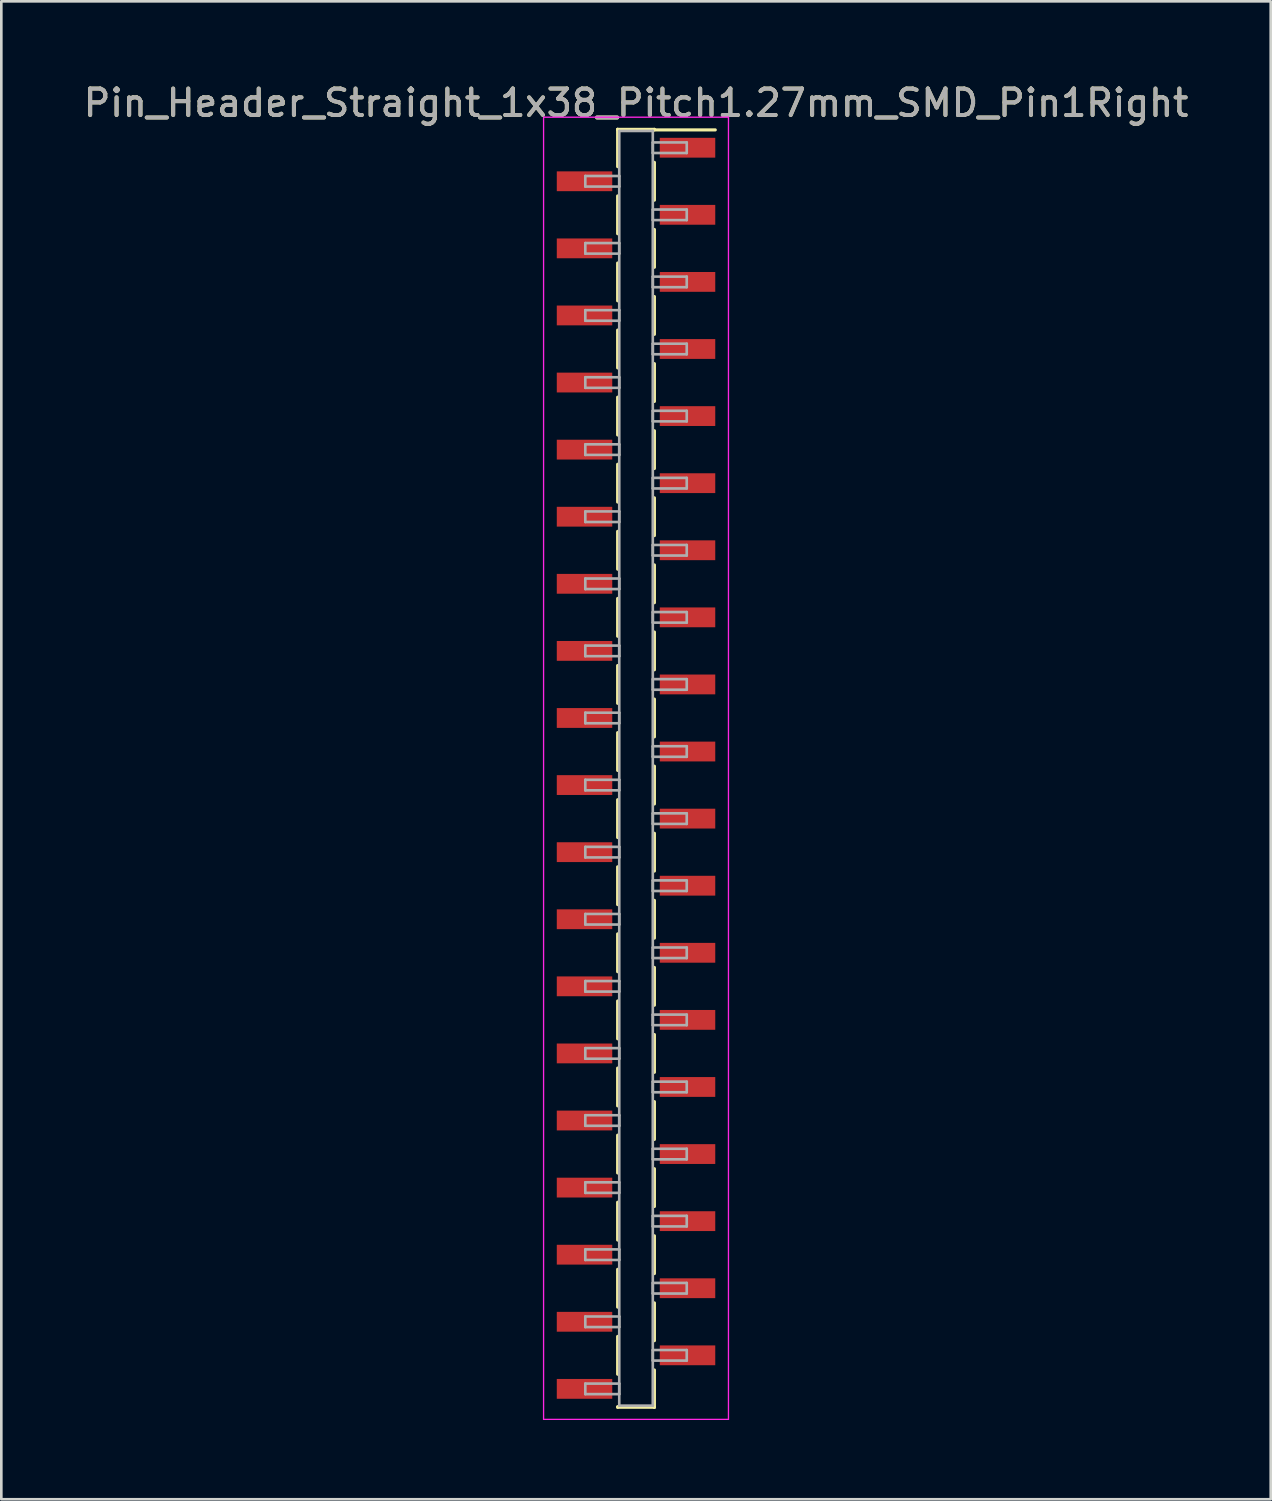
<source format=kicad_pcb>
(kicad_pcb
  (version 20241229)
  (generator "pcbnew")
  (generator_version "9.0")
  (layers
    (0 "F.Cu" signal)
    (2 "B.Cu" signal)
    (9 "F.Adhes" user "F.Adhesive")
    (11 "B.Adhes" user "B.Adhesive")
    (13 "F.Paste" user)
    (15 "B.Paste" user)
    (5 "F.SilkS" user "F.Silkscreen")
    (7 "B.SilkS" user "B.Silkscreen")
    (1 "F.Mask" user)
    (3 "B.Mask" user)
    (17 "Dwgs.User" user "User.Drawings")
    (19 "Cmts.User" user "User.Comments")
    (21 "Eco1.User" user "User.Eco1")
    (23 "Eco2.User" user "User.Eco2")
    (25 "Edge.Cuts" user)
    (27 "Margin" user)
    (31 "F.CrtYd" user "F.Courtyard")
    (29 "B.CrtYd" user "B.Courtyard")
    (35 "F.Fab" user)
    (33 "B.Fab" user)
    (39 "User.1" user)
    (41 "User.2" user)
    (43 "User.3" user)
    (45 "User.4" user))
  (footprint "Pin_Header_Straight_1x38_Pitch1.27mm_SMD_Pin1Right"
    (layer "F.Cu")
    (at 21.03 26.038)
    (property "Reference" "Pin_Header_Straight_1x38_Pitch1.27mm_SMD_Pin1Right" (at 0 -25.19 0) (layer "F.SilkS") (effects (font (size 1 1) (thickness 0.15))))
    (attr smd)
    (fp_line (start -0.695 -24.19) (end -0.695 -22.78) (stroke (width 0.12) (type solid)) (layer "F.SilkS"))
    (fp_line (start -0.695 -24.19) (end 0.695 -24.19) (stroke (width 0.12) (type solid)) (layer "F.SilkS"))
    (fp_line (start -0.695 -24.17) (end -0.695 -24.19) (stroke (width 0.12) (type solid)) (layer "F.SilkS"))
    (fp_line (start -0.695 -21.67) (end -0.695 -20.24) (stroke (width 0.12) (type solid)) (layer "F.SilkS"))
    (fp_line (start -0.695 -19.13) (end -0.695 -17.7) (stroke (width 0.12) (type solid)) (layer "F.SilkS"))
    (fp_line (start -0.695 -16.59) (end -0.695 -15.16) (stroke (width 0.12) (type solid)) (layer "F.SilkS"))
    (fp_line (start -0.695 -14.05) (end -0.695 -12.62) (stroke (width 0.12) (type solid)) (layer "F.SilkS"))
    (fp_line (start -0.695 -11.51) (end -0.695 -10.08) (stroke (width 0.12) (type solid)) (layer "F.SilkS"))
    (fp_line (start -0.695 -8.97) (end -0.695 -7.54) (stroke (width 0.12) (type solid)) (layer "F.SilkS"))
    (fp_line (start -0.695 -6.43) (end -0.695 -5) (stroke (width 0.12) (type solid)) (layer "F.SilkS"))
    (fp_line (start -0.695 -3.89) (end -0.695 -2.46) (stroke (width 0.12) (type solid)) (layer "F.SilkS"))
    (fp_line (start -0.695 -1.35) (end -0.695 0.08) (stroke (width 0.12) (type solid)) (layer "F.SilkS"))
    (fp_line (start -0.695 1.19) (end -0.695 2.62) (stroke (width 0.12) (type solid)) (layer "F.SilkS"))
    (fp_line (start -0.695 3.73) (end -0.695 5.16) (stroke (width 0.12) (type solid)) (layer "F.SilkS"))
    (fp_line (start -0.695 6.27) (end -0.695 7.7) (stroke (width 0.12) (type solid)) (layer "F.SilkS"))
    (fp_line (start -0.695 8.81) (end -0.695 10.24) (stroke (width 0.12) (type solid)) (layer "F.SilkS"))
    (fp_line (start -0.695 11.35) (end -0.695 12.78) (stroke (width 0.12) (type solid)) (layer "F.SilkS"))
    (fp_line (start -0.695 13.89) (end -0.695 15.32) (stroke (width 0.12) (type solid)) (layer "F.SilkS"))
    (fp_line (start -0.695 16.43) (end -0.695 17.86) (stroke (width 0.12) (type solid)) (layer "F.SilkS"))
    (fp_line (start -0.695 18.97) (end -0.695 20.4) (stroke (width 0.12) (type solid)) (layer "F.SilkS"))
    (fp_line (start -0.695 21.51) (end -0.695 22.94) (stroke (width 0.12) (type solid)) (layer "F.SilkS"))
    (fp_line (start -0.695 24.17) (end -0.695 24.19) (stroke (width 0.12) (type solid)) (layer "F.SilkS"))
    (fp_line (start -0.695 24.19) (end 0.695 24.19) (stroke (width 0.12) (type solid)) (layer "F.SilkS"))
    (fp_line (start 0.695 -24.19) (end 0.695 -24.17) (stroke (width 0.12) (type solid)) (layer "F.SilkS"))
    (fp_line (start 0.695 -24.17) (end 3 -24.17) (stroke (width 0.12) (type solid)) (layer "F.SilkS"))
    (fp_line (start 0.695 -22.94) (end 0.695 -21.51) (stroke (width 0.12) (type solid)) (layer "F.SilkS"))
    (fp_line (start 0.695 -20.4) (end 0.695 -18.97) (stroke (width 0.12) (type solid)) (layer "F.SilkS"))
    (fp_line (start 0.695 -17.86) (end 0.695 -16.43) (stroke (width 0.12) (type solid)) (layer "F.SilkS"))
    (fp_line (start 0.695 -15.32) (end 0.695 -13.89) (stroke (width 0.12) (type solid)) (layer "F.SilkS"))
    (fp_line (start 0.695 -12.78) (end 0.695 -11.35) (stroke (width 0.12) (type solid)) (layer "F.SilkS"))
    (fp_line (start 0.695 -10.24) (end 0.695 -8.81) (stroke (width 0.12) (type solid)) (layer "F.SilkS"))
    (fp_line (start 0.695 -7.7) (end 0.695 -6.27) (stroke (width 0.12) (type solid)) (layer "F.SilkS"))
    (fp_line (start 0.695 -5.16) (end 0.695 -3.73) (stroke (width 0.12) (type solid)) (layer "F.SilkS"))
    (fp_line (start 0.695 -2.62) (end 0.695 -1.19) (stroke (width 0.12) (type solid)) (layer "F.SilkS"))
    (fp_line (start 0.695 -0.08) (end 0.695 1.35) (stroke (width 0.12) (type solid)) (layer "F.SilkS"))
    (fp_line (start 0.695 2.46) (end 0.695 3.89) (stroke (width 0.12) (type solid)) (layer "F.SilkS"))
    (fp_line (start 0.695 5) (end 0.695 6.43) (stroke (width 0.12) (type solid)) (layer "F.SilkS"))
    (fp_line (start 0.695 7.54) (end 0.695 8.97) (stroke (width 0.12) (type solid)) (layer "F.SilkS"))
    (fp_line (start 0.695 10.08) (end 0.695 11.51) (stroke (width 0.12) (type solid)) (layer "F.SilkS"))
    (fp_line (start 0.695 12.62) (end 0.695 14.05) (stroke (width 0.12) (type solid)) (layer "F.SilkS"))
    (fp_line (start 0.695 15.16) (end 0.695 16.59) (stroke (width 0.12) (type solid)) (layer "F.SilkS"))
    (fp_line (start 0.695 17.7) (end 0.695 19.13) (stroke (width 0.12) (type solid)) (layer "F.SilkS"))
    (fp_line (start 0.695 20.24) (end 0.695 21.67) (stroke (width 0.12) (type solid)) (layer "F.SilkS"))
    (fp_line (start 0.695 22.78) (end 0.695 24.19) (stroke (width 0.12) (type solid)) (layer "F.SilkS"))
    (fp_line (start 0.695 24.19) (end 0.695 24.17) (stroke (width 0.12) (type solid)) (layer "F.SilkS"))
    (fp_line (start -3.5 -24.65) (end -3.5 24.65) (stroke (width 0.05) (type solid)) (layer "F.CrtYd"))
    (fp_line (start -3.5 24.65) (end 3.5 24.65) (stroke (width 0.05) (type solid)) (layer "F.CrtYd"))
    (fp_line (start 3.5 -24.65) (end -3.5 -24.65) (stroke (width 0.05) (type solid)) (layer "F.CrtYd"))
    (fp_line (start 3.5 24.65) (end 3.5 -24.65) (stroke (width 0.05) (type solid)) (layer "F.CrtYd"))
    (fp_line (start -1.92 -22.425) (end -0.635 -22.425) (stroke (width 0.1) (type solid)) (layer "F.Fab"))
    (fp_line (start -1.92 -22.025) (end -1.92 -22.425) (stroke (width 0.1) (type solid)) (layer "F.Fab"))
    (fp_line (start -1.92 -19.885) (end -0.635 -19.885) (stroke (width 0.1) (type solid)) (layer "F.Fab"))
    (fp_line (start -1.92 -19.485) (end -1.92 -19.885) (stroke (width 0.1) (type solid)) (layer "F.Fab"))
    (fp_line (start -1.92 -17.345) (end -0.635 -17.345) (stroke (width 0.1) (type solid)) (layer "F.Fab"))
    (fp_line (start -1.92 -16.945) (end -1.92 -17.345) (stroke (width 0.1) (type solid)) (layer "F.Fab"))
    (fp_line (start -1.92 -14.805) (end -0.635 -14.805) (stroke (width 0.1) (type solid)) (layer "F.Fab"))
    (fp_line (start -1.92 -14.405) (end -1.92 -14.805) (stroke (width 0.1) (type solid)) (layer "F.Fab"))
    (fp_line (start -1.92 -12.265) (end -0.635 -12.265) (stroke (width 0.1) (type solid)) (layer "F.Fab"))
    (fp_line (start -1.92 -11.865) (end -1.92 -12.265) (stroke (width 0.1) (type solid)) (layer "F.Fab"))
    (fp_line (start -1.92 -9.725) (end -0.635 -9.725) (stroke (width 0.1) (type solid)) (layer "F.Fab"))
    (fp_line (start -1.92 -9.325) (end -1.92 -9.725) (stroke (width 0.1) (type solid)) (layer "F.Fab"))
    (fp_line (start -1.92 -7.185) (end -0.635 -7.185) (stroke (width 0.1) (type solid)) (layer "F.Fab"))
    (fp_line (start -1.92 -6.785) (end -1.92 -7.185) (stroke (width 0.1) (type solid)) (layer "F.Fab"))
    (fp_line (start -1.92 -4.645) (end -0.635 -4.645) (stroke (width 0.1) (type solid)) (layer "F.Fab"))
    (fp_line (start -1.92 -4.245) (end -1.92 -4.645) (stroke (width 0.1) (type solid)) (layer "F.Fab"))
    (fp_line (start -1.92 -2.105) (end -0.635 -2.105) (stroke (width 0.1) (type solid)) (layer "F.Fab"))
    (fp_line (start -1.92 -1.705) (end -1.92 -2.105) (stroke (width 0.1) (type solid)) (layer "F.Fab"))
    (fp_line (start -1.92 0.435) (end -0.635 0.435) (stroke (width 0.1) (type solid)) (layer "F.Fab"))
    (fp_line (start -1.92 0.835) (end -1.92 0.435) (stroke (width 0.1) (type solid)) (layer "F.Fab"))
    (fp_line (start -1.92 2.975) (end -0.635 2.975) (stroke (width 0.1) (type solid)) (layer "F.Fab"))
    (fp_line (start -1.92 3.375) (end -1.92 2.975) (stroke (width 0.1) (type solid)) (layer "F.Fab"))
    (fp_line (start -1.92 5.515) (end -0.635 5.515) (stroke (width 0.1) (type solid)) (layer "F.Fab"))
    (fp_line (start -1.92 5.915) (end -1.92 5.515) (stroke (width 0.1) (type solid)) (layer "F.Fab"))
    (fp_line (start -1.92 8.055) (end -0.635 8.055) (stroke (width 0.1) (type solid)) (layer "F.Fab"))
    (fp_line (start -1.92 8.455) (end -1.92 8.055) (stroke (width 0.1) (type solid)) (layer "F.Fab"))
    (fp_line (start -1.92 10.595) (end -0.635 10.595) (stroke (width 0.1) (type solid)) (layer "F.Fab"))
    (fp_line (start -1.92 10.995) (end -1.92 10.595) (stroke (width 0.1) (type solid)) (layer "F.Fab"))
    (fp_line (start -1.92 13.135) (end -0.635 13.135) (stroke (width 0.1) (type solid)) (layer "F.Fab"))
    (fp_line (start -1.92 13.535) (end -1.92 13.135) (stroke (width 0.1) (type solid)) (layer "F.Fab"))
    (fp_line (start -1.92 15.675) (end -0.635 15.675) (stroke (width 0.1) (type solid)) (layer "F.Fab"))
    (fp_line (start -1.92 16.075) (end -1.92 15.675) (stroke (width 0.1) (type solid)) (layer "F.Fab"))
    (fp_line (start -1.92 18.215) (end -0.635 18.215) (stroke (width 0.1) (type solid)) (layer "F.Fab"))
    (fp_line (start -1.92 18.615) (end -1.92 18.215) (stroke (width 0.1) (type solid)) (layer "F.Fab"))
    (fp_line (start -1.92 20.755) (end -0.635 20.755) (stroke (width 0.1) (type solid)) (layer "F.Fab"))
    (fp_line (start -1.92 21.155) (end -1.92 20.755) (stroke (width 0.1) (type solid)) (layer "F.Fab"))
    (fp_line (start -1.92 23.295) (end -0.635 23.295) (stroke (width 0.1) (type solid)) (layer "F.Fab"))
    (fp_line (start -1.92 23.695) (end -1.92 23.295) (stroke (width 0.1) (type solid)) (layer "F.Fab"))
    (fp_line (start -0.635 -24.13) (end -0.635 24.13) (stroke (width 0.1) (type solid)) (layer "F.Fab"))
    (fp_line (start -0.635 -22.425) (end -0.635 -22.025) (stroke (width 0.1) (type solid)) (layer "F.Fab"))
    (fp_line (start -0.635 -22.025) (end -1.92 -22.025) (stroke (width 0.1) (type solid)) (layer "F.Fab"))
    (fp_line (start -0.635 -19.885) (end -0.635 -19.485) (stroke (width 0.1) (type solid)) (layer "F.Fab"))
    (fp_line (start -0.635 -19.485) (end -1.92 -19.485) (stroke (width 0.1) (type solid)) (layer "F.Fab"))
    (fp_line (start -0.635 -17.345) (end -0.635 -16.945) (stroke (width 0.1) (type solid)) (layer "F.Fab"))
    (fp_line (start -0.635 -16.945) (end -1.92 -16.945) (stroke (width 0.1) (type solid)) (layer "F.Fab"))
    (fp_line (start -0.635 -14.805) (end -0.635 -14.405) (stroke (width 0.1) (type solid)) (layer "F.Fab"))
    (fp_line (start -0.635 -14.405) (end -1.92 -14.405) (stroke (width 0.1) (type solid)) (layer "F.Fab"))
    (fp_line (start -0.635 -12.265) (end -0.635 -11.865) (stroke (width 0.1) (type solid)) (layer "F.Fab"))
    (fp_line (start -0.635 -11.865) (end -1.92 -11.865) (stroke (width 0.1) (type solid)) (layer "F.Fab"))
    (fp_line (start -0.635 -9.725) (end -0.635 -9.325) (stroke (width 0.1) (type solid)) (layer "F.Fab"))
    (fp_line (start -0.635 -9.325) (end -1.92 -9.325) (stroke (width 0.1) (type solid)) (layer "F.Fab"))
    (fp_line (start -0.635 -7.185) (end -0.635 -6.785) (stroke (width 0.1) (type solid)) (layer "F.Fab"))
    (fp_line (start -0.635 -6.785) (end -1.92 -6.785) (stroke (width 0.1) (type solid)) (layer "F.Fab"))
    (fp_line (start -0.635 -4.645) (end -0.635 -4.245) (stroke (width 0.1) (type solid)) (layer "F.Fab"))
    (fp_line (start -0.635 -4.245) (end -1.92 -4.245) (stroke (width 0.1) (type solid)) (layer "F.Fab"))
    (fp_line (start -0.635 -2.105) (end -0.635 -1.705) (stroke (width 0.1) (type solid)) (layer "F.Fab"))
    (fp_line (start -0.635 -1.705) (end -1.92 -1.705) (stroke (width 0.1) (type solid)) (layer "F.Fab"))
    (fp_line (start -0.635 0.435) (end -0.635 0.835) (stroke (width 0.1) (type solid)) (layer "F.Fab"))
    (fp_line (start -0.635 0.835) (end -1.92 0.835) (stroke (width 0.1) (type solid)) (layer "F.Fab"))
    (fp_line (start -0.635 2.975) (end -0.635 3.375) (stroke (width 0.1) (type solid)) (layer "F.Fab"))
    (fp_line (start -0.635 3.375) (end -1.92 3.375) (stroke (width 0.1) (type solid)) (layer "F.Fab"))
    (fp_line (start -0.635 5.515) (end -0.635 5.915) (stroke (width 0.1) (type solid)) (layer "F.Fab"))
    (fp_line (start -0.635 5.915) (end -1.92 5.915) (stroke (width 0.1) (type solid)) (layer "F.Fab"))
    (fp_line (start -0.635 8.055) (end -0.635 8.455) (stroke (width 0.1) (type solid)) (layer "F.Fab"))
    (fp_line (start -0.635 8.455) (end -1.92 8.455) (stroke (width 0.1) (type solid)) (layer "F.Fab"))
    (fp_line (start -0.635 10.595) (end -0.635 10.995) (stroke (width 0.1) (type solid)) (layer "F.Fab"))
    (fp_line (start -0.635 10.995) (end -1.92 10.995) (stroke (width 0.1) (type solid)) (layer "F.Fab"))
    (fp_line (start -0.635 13.135) (end -0.635 13.535) (stroke (width 0.1) (type solid)) (layer "F.Fab"))
    (fp_line (start -0.635 13.535) (end -1.92 13.535) (stroke (width 0.1) (type solid)) (layer "F.Fab"))
    (fp_line (start -0.635 15.675) (end -0.635 16.075) (stroke (width 0.1) (type solid)) (layer "F.Fab"))
    (fp_line (start -0.635 16.075) (end -1.92 16.075) (stroke (width 0.1) (type solid)) (layer "F.Fab"))
    (fp_line (start -0.635 18.215) (end -0.635 18.615) (stroke (width 0.1) (type solid)) (layer "F.Fab"))
    (fp_line (start -0.635 18.615) (end -1.92 18.615) (stroke (width 0.1) (type solid)) (layer "F.Fab"))
    (fp_line (start -0.635 20.755) (end -0.635 21.155) (stroke (width 0.1) (type solid)) (layer "F.Fab"))
    (fp_line (start -0.635 21.155) (end -1.92 21.155) (stroke (width 0.1) (type solid)) (layer "F.Fab"))
    (fp_line (start -0.635 23.295) (end -0.635 23.695) (stroke (width 0.1) (type solid)) (layer "F.Fab"))
    (fp_line (start -0.635 23.695) (end -1.92 23.695) (stroke (width 0.1) (type solid)) (layer "F.Fab"))
    (fp_line (start -0.635 24.13) (end 0.635 24.13) (stroke (width 0.1) (type solid)) (layer "F.Fab"))
    (fp_line (start 0.635 -24.13) (end -0.635 -24.13) (stroke (width 0.1) (type solid)) (layer "F.Fab"))
    (fp_line (start 0.635 -23.695) (end 0.635 -23.295) (stroke (width 0.1) (type solid)) (layer "F.Fab"))
    (fp_line (start 0.635 -23.295) (end 1.92 -23.295) (stroke (width 0.1) (type solid)) (layer "F.Fab"))
    (fp_line (start 0.635 -21.155) (end 0.635 -20.755) (stroke (width 0.1) (type solid)) (layer "F.Fab"))
    (fp_line (start 0.635 -20.755) (end 1.92 -20.755) (stroke (width 0.1) (type solid)) (layer "F.Fab"))
    (fp_line (start 0.635 -18.615) (end 0.635 -18.215) (stroke (width 0.1) (type solid)) (layer "F.Fab"))
    (fp_line (start 0.635 -18.215) (end 1.92 -18.215) (stroke (width 0.1) (type solid)) (layer "F.Fab"))
    (fp_line (start 0.635 -16.075) (end 0.635 -15.675) (stroke (width 0.1) (type solid)) (layer "F.Fab"))
    (fp_line (start 0.635 -15.675) (end 1.92 -15.675) (stroke (width 0.1) (type solid)) (layer "F.Fab"))
    (fp_line (start 0.635 -13.535) (end 0.635 -13.135) (stroke (width 0.1) (type solid)) (layer "F.Fab"))
    (fp_line (start 0.635 -13.135) (end 1.92 -13.135) (stroke (width 0.1) (type solid)) (layer "F.Fab"))
    (fp_line (start 0.635 -10.995) (end 0.635 -10.595) (stroke (width 0.1) (type solid)) (layer "F.Fab"))
    (fp_line (start 0.635 -10.595) (end 1.92 -10.595) (stroke (width 0.1) (type solid)) (layer "F.Fab"))
    (fp_line (start 0.635 -8.455) (end 0.635 -8.055) (stroke (width 0.1) (type solid)) (layer "F.Fab"))
    (fp_line (start 0.635 -8.055) (end 1.92 -8.055) (stroke (width 0.1) (type solid)) (layer "F.Fab"))
    (fp_line (start 0.635 -5.915) (end 0.635 -5.515) (stroke (width 0.1) (type solid)) (layer "F.Fab"))
    (fp_line (start 0.635 -5.515) (end 1.92 -5.515) (stroke (width 0.1) (type solid)) (layer "F.Fab"))
    (fp_line (start 0.635 -3.375) (end 0.635 -2.975) (stroke (width 0.1) (type solid)) (layer "F.Fab"))
    (fp_line (start 0.635 -2.975) (end 1.92 -2.975) (stroke (width 0.1) (type solid)) (layer "F.Fab"))
    (fp_line (start 0.635 -0.835) (end 0.635 -0.435) (stroke (width 0.1) (type solid)) (layer "F.Fab"))
    (fp_line (start 0.635 -0.435) (end 1.92 -0.435) (stroke (width 0.1) (type solid)) (layer "F.Fab"))
    (fp_line (start 0.635 1.705) (end 0.635 2.105) (stroke (width 0.1) (type solid)) (layer "F.Fab"))
    (fp_line (start 0.635 2.105) (end 1.92 2.105) (stroke (width 0.1) (type solid)) (layer "F.Fab"))
    (fp_line (start 0.635 4.245) (end 0.635 4.645) (stroke (width 0.1) (type solid)) (layer "F.Fab"))
    (fp_line (start 0.635 4.645) (end 1.92 4.645) (stroke (width 0.1) (type solid)) (layer "F.Fab"))
    (fp_line (start 0.635 6.785) (end 0.635 7.185) (stroke (width 0.1) (type solid)) (layer "F.Fab"))
    (fp_line (start 0.635 7.185) (end 1.92 7.185) (stroke (width 0.1) (type solid)) (layer "F.Fab"))
    (fp_line (start 0.635 9.325) (end 0.635 9.725) (stroke (width 0.1) (type solid)) (layer "F.Fab"))
    (fp_line (start 0.635 9.725) (end 1.92 9.725) (stroke (width 0.1) (type solid)) (layer "F.Fab"))
    (fp_line (start 0.635 11.865) (end 0.635 12.265) (stroke (width 0.1) (type solid)) (layer "F.Fab"))
    (fp_line (start 0.635 12.265) (end 1.92 12.265) (stroke (width 0.1) (type solid)) (layer "F.Fab"))
    (fp_line (start 0.635 14.405) (end 0.635 14.805) (stroke (width 0.1) (type solid)) (layer "F.Fab"))
    (fp_line (start 0.635 14.805) (end 1.92 14.805) (stroke (width 0.1) (type solid)) (layer "F.Fab"))
    (fp_line (start 0.635 16.945) (end 0.635 17.345) (stroke (width 0.1) (type solid)) (layer "F.Fab"))
    (fp_line (start 0.635 17.345) (end 1.92 17.345) (stroke (width 0.1) (type solid)) (layer "F.Fab"))
    (fp_line (start 0.635 19.485) (end 0.635 19.885) (stroke (width 0.1) (type solid)) (layer "F.Fab"))
    (fp_line (start 0.635 19.885) (end 1.92 19.885) (stroke (width 0.1) (type solid)) (layer "F.Fab"))
    (fp_line (start 0.635 22.025) (end 0.635 22.425) (stroke (width 0.1) (type solid)) (layer "F.Fab"))
    (fp_line (start 0.635 22.425) (end 1.92 22.425) (stroke (width 0.1) (type solid)) (layer "F.Fab"))
    (fp_line (start 0.635 24.13) (end 0.635 -24.13) (stroke (width 0.1) (type solid)) (layer "F.Fab"))
    (fp_line (start 1.92 -23.695) (end 0.635 -23.695) (stroke (width 0.1) (type solid)) (layer "F.Fab"))
    (fp_line (start 1.92 -23.295) (end 1.92 -23.695) (stroke (width 0.1) (type solid)) (layer "F.Fab"))
    (fp_line (start 1.92 -21.155) (end 0.635 -21.155) (stroke (width 0.1) (type solid)) (layer "F.Fab"))
    (fp_line (start 1.92 -20.755) (end 1.92 -21.155) (stroke (width 0.1) (type solid)) (layer "F.Fab"))
    (fp_line (start 1.92 -18.615) (end 0.635 -18.615) (stroke (width 0.1) (type solid)) (layer "F.Fab"))
    (fp_line (start 1.92 -18.215) (end 1.92 -18.615) (stroke (width 0.1) (type solid)) (layer "F.Fab"))
    (fp_line (start 1.92 -16.075) (end 0.635 -16.075) (stroke (width 0.1) (type solid)) (layer "F.Fab"))
    (fp_line (start 1.92 -15.675) (end 1.92 -16.075) (stroke (width 0.1) (type solid)) (layer "F.Fab"))
    (fp_line (start 1.92 -13.535) (end 0.635 -13.535) (stroke (width 0.1) (type solid)) (layer "F.Fab"))
    (fp_line (start 1.92 -13.135) (end 1.92 -13.535) (stroke (width 0.1) (type solid)) (layer "F.Fab"))
    (fp_line (start 1.92 -10.995) (end 0.635 -10.995) (stroke (width 0.1) (type solid)) (layer "F.Fab"))
    (fp_line (start 1.92 -10.595) (end 1.92 -10.995) (stroke (width 0.1) (type solid)) (layer "F.Fab"))
    (fp_line (start 1.92 -8.455) (end 0.635 -8.455) (stroke (width 0.1) (type solid)) (layer "F.Fab"))
    (fp_line (start 1.92 -8.055) (end 1.92 -8.455) (stroke (width 0.1) (type solid)) (layer "F.Fab"))
    (fp_line (start 1.92 -5.915) (end 0.635 -5.915) (stroke (width 0.1) (type solid)) (layer "F.Fab"))
    (fp_line (start 1.92 -5.515) (end 1.92 -5.915) (stroke (width 0.1) (type solid)) (layer "F.Fab"))
    (fp_line (start 1.92 -3.375) (end 0.635 -3.375) (stroke (width 0.1) (type solid)) (layer "F.Fab"))
    (fp_line (start 1.92 -2.975) (end 1.92 -3.375) (stroke (width 0.1) (type solid)) (layer "F.Fab"))
    (fp_line (start 1.92 -0.835) (end 0.635 -0.835) (stroke (width 0.1) (type solid)) (layer "F.Fab"))
    (fp_line (start 1.92 -0.435) (end 1.92 -0.835) (stroke (width 0.1) (type solid)) (layer "F.Fab"))
    (fp_line (start 1.92 1.705) (end 0.635 1.705) (stroke (width 0.1) (type solid)) (layer "F.Fab"))
    (fp_line (start 1.92 2.105) (end 1.92 1.705) (stroke (width 0.1) (type solid)) (layer "F.Fab"))
    (fp_line (start 1.92 4.245) (end 0.635 4.245) (stroke (width 0.1) (type solid)) (layer "F.Fab"))
    (fp_line (start 1.92 4.645) (end 1.92 4.245) (stroke (width 0.1) (type solid)) (layer "F.Fab"))
    (fp_line (start 1.92 6.785) (end 0.635 6.785) (stroke (width 0.1) (type solid)) (layer "F.Fab"))
    (fp_line (start 1.92 7.185) (end 1.92 6.785) (stroke (width 0.1) (type solid)) (layer "F.Fab"))
    (fp_line (start 1.92 9.325) (end 0.635 9.325) (stroke (width 0.1) (type solid)) (layer "F.Fab"))
    (fp_line (start 1.92 9.725) (end 1.92 9.325) (stroke (width 0.1) (type solid)) (layer "F.Fab"))
    (fp_line (start 1.92 11.865) (end 0.635 11.865) (stroke (width 0.1) (type solid)) (layer "F.Fab"))
    (fp_line (start 1.92 12.265) (end 1.92 11.865) (stroke (width 0.1) (type solid)) (layer "F.Fab"))
    (fp_line (start 1.92 14.405) (end 0.635 14.405) (stroke (width 0.1) (type solid)) (layer "F.Fab"))
    (fp_line (start 1.92 14.805) (end 1.92 14.405) (stroke (width 0.1) (type solid)) (layer "F.Fab"))
    (fp_line (start 1.92 16.945) (end 0.635 16.945) (stroke (width 0.1) (type solid)) (layer "F.Fab"))
    (fp_line (start 1.92 17.345) (end 1.92 16.945) (stroke (width 0.1) (type solid)) (layer "F.Fab"))
    (fp_line (start 1.92 19.485) (end 0.635 19.485) (stroke (width 0.1) (type solid)) (layer "F.Fab"))
    (fp_line (start 1.92 19.885) (end 1.92 19.485) (stroke (width 0.1) (type solid)) (layer "F.Fab"))
    (fp_line (start 1.92 22.025) (end 0.635 22.025) (stroke (width 0.1) (type solid)) (layer "F.Fab"))
    (fp_line (start 1.92 22.425) (end 1.92 22.025) (stroke (width 0.1) (type solid)) (layer "F.Fab"))
    (fp_text user "${REFERENCE}" (at 0 -25.19 0) (layer "F.Fab") (effects (font (size 1 1) (thickness 0.15))))
    (pad "1" smd rect (at 1.95 -23.495) (size 2.1 0.75) (layers "F.Cu" "F.Mask" "F.Paste"))
    (pad "2" smd rect (at -1.95 -22.225) (size 2.1 0.75) (layers "F.Cu" "F.Mask" "F.Paste"))
    (pad "3" smd rect (at 1.95 -20.955) (size 2.1 0.75) (layers "F.Cu" "F.Mask" "F.Paste"))
    (pad "4" smd rect (at -1.95 -19.685) (size 2.1 0.75) (layers "F.Cu" "F.Mask" "F.Paste"))
    (pad "5" smd rect (at 1.95 -18.415) (size 2.1 0.75) (layers "F.Cu" "F.Mask" "F.Paste"))
    (pad "6" smd rect (at -1.95 -17.145) (size 2.1 0.75) (layers "F.Cu" "F.Mask" "F.Paste"))
    (pad "7" smd rect (at 1.95 -15.875) (size 2.1 0.75) (layers "F.Cu" "F.Mask" "F.Paste"))
    (pad "8" smd rect (at -1.95 -14.605) (size 2.1 0.75) (layers "F.Cu" "F.Mask" "F.Paste"))
    (pad "9" smd rect (at 1.95 -13.335) (size 2.1 0.75) (layers "F.Cu" "F.Mask" "F.Paste"))
    (pad "10" smd rect (at -1.95 -12.065) (size 2.1 0.75) (layers "F.Cu" "F.Mask" "F.Paste"))
    (pad "11" smd rect (at 1.95 -10.795) (size 2.1 0.75) (layers "F.Cu" "F.Mask" "F.Paste"))
    (pad "12" smd rect (at -1.95 -9.525) (size 2.1 0.75) (layers "F.Cu" "F.Mask" "F.Paste"))
    (pad "13" smd rect (at 1.95 -8.255) (size 2.1 0.75) (layers "F.Cu" "F.Mask" "F.Paste"))
    (pad "14" smd rect (at -1.95 -6.985) (size 2.1 0.75) (layers "F.Cu" "F.Mask" "F.Paste"))
    (pad "15" smd rect (at 1.95 -5.715) (size 2.1 0.75) (layers "F.Cu" "F.Mask" "F.Paste"))
    (pad "16" smd rect (at -1.95 -4.445) (size 2.1 0.75) (layers "F.Cu" "F.Mask" "F.Paste"))
    (pad "17" smd rect (at 1.95 -3.175) (size 2.1 0.75) (layers "F.Cu" "F.Mask" "F.Paste"))
    (pad "18" smd rect (at -1.95 -1.905) (size 2.1 0.75) (layers "F.Cu" "F.Mask" "F.Paste"))
    (pad "19" smd rect (at 1.95 -0.635) (size 2.1 0.75) (layers "F.Cu" "F.Mask" "F.Paste"))
    (pad "20" smd rect (at -1.95 0.635) (size 2.1 0.75) (layers "F.Cu" "F.Mask" "F.Paste"))
    (pad "21" smd rect (at 1.95 1.905) (size 2.1 0.75) (layers "F.Cu" "F.Mask" "F.Paste"))
    (pad "22" smd rect (at -1.95 3.175) (size 2.1 0.75) (layers "F.Cu" "F.Mask" "F.Paste"))
    (pad "23" smd rect (at 1.95 4.445) (size 2.1 0.75) (layers "F.Cu" "F.Mask" "F.Paste"))
    (pad "24" smd rect (at -1.95 5.715) (size 2.1 0.75) (layers "F.Cu" "F.Mask" "F.Paste"))
    (pad "25" smd rect (at 1.95 6.985) (size 2.1 0.75) (layers "F.Cu" "F.Mask" "F.Paste"))
    (pad "26" smd rect (at -1.95 8.255) (size 2.1 0.75) (layers "F.Cu" "F.Mask" "F.Paste"))
    (pad "27" smd rect (at 1.95 9.525) (size 2.1 0.75) (layers "F.Cu" "F.Mask" "F.Paste"))
    (pad "28" smd rect (at -1.95 10.795) (size 2.1 0.75) (layers "F.Cu" "F.Mask" "F.Paste"))
    (pad "29" smd rect (at 1.95 12.065) (size 2.1 0.75) (layers "F.Cu" "F.Mask" "F.Paste"))
    (pad "30" smd rect (at -1.95 13.335) (size 2.1 0.75) (layers "F.Cu" "F.Mask" "F.Paste"))
    (pad "31" smd rect (at 1.95 14.605) (size 2.1 0.75) (layers "F.Cu" "F.Mask" "F.Paste"))
    (pad "32" smd rect (at -1.95 15.875) (size 2.1 0.75) (layers "F.Cu" "F.Mask" "F.Paste"))
    (pad "33" smd rect (at 1.95 17.145) (size 2.1 0.75) (layers "F.Cu" "F.Mask" "F.Paste"))
    (pad "34" smd rect (at -1.95 18.415) (size 2.1 0.75) (layers "F.Cu" "F.Mask" "F.Paste"))
    (pad "35" smd rect (at 1.95 19.685) (size 2.1 0.75) (layers "F.Cu" "F.Mask" "F.Paste"))
    (pad "36" smd rect (at -1.95 20.955) (size 2.1 0.75) (layers "F.Cu" "F.Mask" "F.Paste"))
    (pad "37" smd rect (at 1.95 22.225) (size 2.1 0.75) (layers "F.Cu" "F.Mask" "F.Paste"))
    (pad "38" smd rect (at -1.95 23.495) (size 2.1 0.75) (layers "F.Cu" "F.Mask" "F.Paste")))
  (gr_rect
    (start -3 -3)
    (end 45.06 53.713)
    (stroke (width 0.1) (type default))
    (fill no)
    (layer "Edge.Cuts")))
</source>
